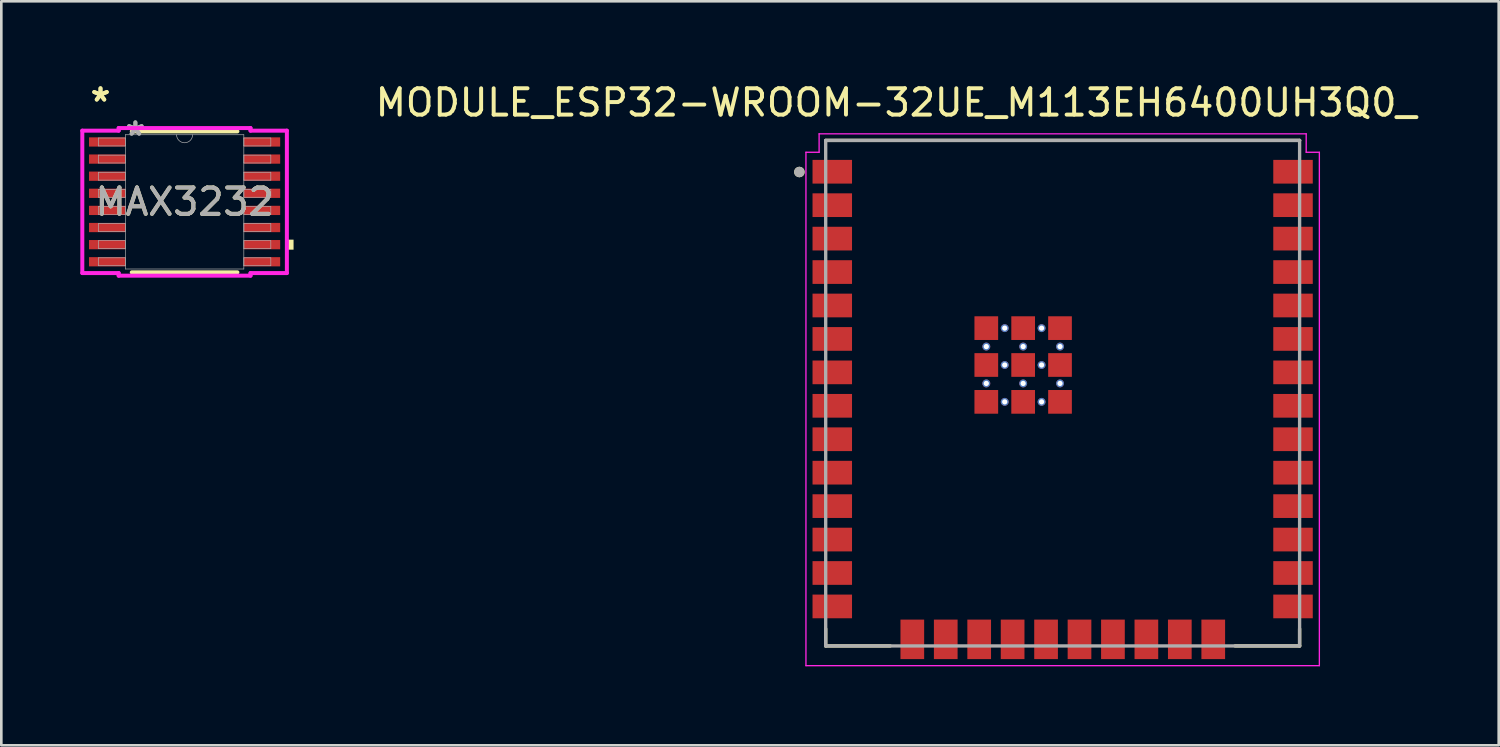
<source format=kicad_pcb>
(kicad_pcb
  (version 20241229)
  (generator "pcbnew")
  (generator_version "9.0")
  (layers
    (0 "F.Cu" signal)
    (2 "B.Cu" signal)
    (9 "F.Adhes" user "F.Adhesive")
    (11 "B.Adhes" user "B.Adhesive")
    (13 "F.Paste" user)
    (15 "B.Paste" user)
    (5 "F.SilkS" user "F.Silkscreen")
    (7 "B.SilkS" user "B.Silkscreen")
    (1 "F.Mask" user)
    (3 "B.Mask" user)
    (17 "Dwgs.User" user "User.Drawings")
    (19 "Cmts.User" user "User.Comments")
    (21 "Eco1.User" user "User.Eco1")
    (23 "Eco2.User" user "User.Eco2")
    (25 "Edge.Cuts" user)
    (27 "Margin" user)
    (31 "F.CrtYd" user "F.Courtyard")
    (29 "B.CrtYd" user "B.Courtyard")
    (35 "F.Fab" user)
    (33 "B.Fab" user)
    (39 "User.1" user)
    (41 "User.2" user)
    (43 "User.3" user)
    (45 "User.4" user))
  (footprint "MODULE_ESP32-WROOM-32UE_M113EH6400UH3Q0_"
    (layer "F.Cu")
    (at 37.311 11.883)
    (property "Reference" "MODULE_ESP32-WROOM-32UE_M113EH6400UH3Q0_" (at -6.325 -11.035 0) (layer "F.SilkS") (effects (font (size 1 1) (thickness 0.15))))
    (attr smd)
    (fp_line (start -9 -9.6) (end 9 -9.6) (stroke (width 0.127) (type solid)) (layer "F.SilkS"))
    (fp_line (start -9 8.95) (end -9 9.6) (stroke (width 0.127) (type solid)) (layer "F.SilkS"))
    (fp_line (start -9 9.6) (end -6.55 9.6) (stroke (width 0.127) (type solid)) (layer "F.SilkS"))
    (fp_line (start 6.55 9.6) (end 9 9.6) (stroke (width 0.127) (type solid)) (layer "F.SilkS"))
    (fp_line (start 9 9.6) (end 9 8.95) (stroke (width 0.127) (type solid)) (layer "F.SilkS"))
    (fp_circle (center -10 -8.4) (end -9.9 -8.4) (stroke (width 0.2) (type solid)) (fill no) (layer "F.SilkS"))
    (fp_line (start -9.75 -9.15) (end -9.25 -9.15) (stroke (width 0.05) (type solid)) (layer "F.CrtYd"))
    (fp_line (start -9.75 10.35) (end -9.75 -9.15) (stroke (width 0.05) (type solid)) (layer "F.CrtYd"))
    (fp_line (start -9.25 -9.85) (end 9.25 -9.85) (stroke (width 0.05) (type solid)) (layer "F.CrtYd"))
    (fp_line (start -9.25 -9.15) (end -9.25 -9.85) (stroke (width 0.05) (type solid)) (layer "F.CrtYd"))
    (fp_line (start 9.25 -9.85) (end 9.25 -9.15) (stroke (width 0.05) (type solid)) (layer "F.CrtYd"))
    (fp_line (start 9.25 -9.15) (end 9.75 -9.15) (stroke (width 0.05) (type solid)) (layer "F.CrtYd"))
    (fp_line (start 9.75 -9.15) (end 9.75 10.35) (stroke (width 0.05) (type solid)) (layer "F.CrtYd"))
    (fp_line (start 9.75 10.35) (end -9.75 10.35) (stroke (width 0.05) (type solid)) (layer "F.CrtYd"))
    (fp_line (start -9 -9.6) (end 9 -9.6) (stroke (width 0.127) (type solid)) (layer "F.Fab"))
    (fp_line (start -9 9.6) (end -9 -9.6) (stroke (width 0.127) (type solid)) (layer "F.Fab"))
    (fp_line (start 9 -9.6) (end 9 9.6) (stroke (width 0.127) (type solid)) (layer "F.Fab"))
    (fp_line (start 9 9.6) (end -9 9.6) (stroke (width 0.127) (type solid)) (layer "F.Fab"))
    (fp_circle (center -10 -8.4) (end -9.9 -8.4) (stroke (width 0.2) (type solid)) (fill no) (layer "F.Fab"))
    (pad "1" smd rect (at -8.75 -8.41) (size 1.5 0.9) (layers "F.Cu" "F.Mask" "F.Paste"))
    (pad "2" smd rect (at -8.75 -7.14) (size 1.5 0.9) (layers "F.Cu" "F.Mask" "F.Paste"))
    (pad "3" smd rect (at -8.75 -5.87) (size 1.5 0.9) (layers "F.Cu" "F.Mask" "F.Paste"))
    (pad "4" smd rect (at -8.75 -4.6) (size 1.5 0.9) (layers "F.Cu" "F.Mask" "F.Paste"))
    (pad "5" smd rect (at -8.75 -3.33) (size 1.5 0.9) (layers "F.Cu" "F.Mask" "F.Paste"))
    (pad "6" smd rect (at -8.75 -2.06) (size 1.5 0.9) (layers "F.Cu" "F.Mask" "F.Paste"))
    (pad "7" smd rect (at -8.75 -0.79) (size 1.5 0.9) (layers "F.Cu" "F.Mask" "F.Paste"))
    (pad "8" smd rect (at -8.75 0.48) (size 1.5 0.9) (layers "F.Cu" "F.Mask" "F.Paste"))
    (pad "9" smd rect (at -8.75 1.75) (size 1.5 0.9) (layers "F.Cu" "F.Mask" "F.Paste"))
    (pad "10" smd rect (at -8.75 3.02) (size 1.5 0.9) (layers "F.Cu" "F.Mask" "F.Paste"))
    (pad "11" smd rect (at -8.75 4.29) (size 1.5 0.9) (layers "F.Cu" "F.Mask" "F.Paste"))
    (pad "12" smd rect (at -8.75 5.56) (size 1.5 0.9) (layers "F.Cu" "F.Mask" "F.Paste"))
    (pad "13" smd rect (at -8.75 6.83) (size 1.5 0.9) (layers "F.Cu" "F.Mask" "F.Paste"))
    (pad "14" smd rect (at -8.75 8.1) (size 1.5 0.9) (layers "F.Cu" "F.Mask" "F.Paste"))
    (pad "15" smd rect (at -5.71 9.35) (size 0.9 1.5) (layers "F.Cu" "F.Mask" "F.Paste"))
    (pad "16" smd rect (at -4.44 9.35) (size 0.9 1.5) (layers "F.Cu" "F.Mask" "F.Paste"))
    (pad "17" smd rect (at -3.17 9.35) (size 0.9 1.5) (layers "F.Cu" "F.Mask" "F.Paste"))
    (pad "18" smd rect (at -1.9 9.35) (size 0.9 1.5) (layers "F.Cu" "F.Mask" "F.Paste"))
    (pad "19" smd rect (at -0.63 9.35) (size 0.9 1.5) (layers "F.Cu" "F.Mask" "F.Paste"))
    (pad "20" smd rect (at 0.64 9.35) (size 0.9 1.5) (layers "F.Cu" "F.Mask" "F.Paste"))
    (pad "21" smd rect (at 1.91 9.35) (size 0.9 1.5) (layers "F.Cu" "F.Mask" "F.Paste"))
    (pad "22" smd rect (at 3.18 9.35) (size 0.9 1.5) (layers "F.Cu" "F.Mask" "F.Paste"))
    (pad "23" smd rect (at 4.45 9.35) (size 0.9 1.5) (layers "F.Cu" "F.Mask" "F.Paste"))
    (pad "24" smd rect (at 5.72 9.35) (size 0.9 1.5) (layers "F.Cu" "F.Mask" "F.Paste"))
    (pad "25" smd rect (at 8.75 8.1) (size 1.5 0.9) (layers "F.Cu" "F.Mask" "F.Paste"))
    (pad "26" smd rect (at 8.75 6.83) (size 1.5 0.9) (layers "F.Cu" "F.Mask" "F.Paste"))
    (pad "27" smd rect (at 8.75 5.56) (size 1.5 0.9) (layers "F.Cu" "F.Mask" "F.Paste"))
    (pad "28" smd rect (at 8.75 4.29) (size 1.5 0.9) (layers "F.Cu" "F.Mask" "F.Paste"))
    (pad "29" smd rect (at 8.75 3.02) (size 1.5 0.9) (layers "F.Cu" "F.Mask" "F.Paste"))
    (pad "30" smd rect (at 8.75 1.75) (size 1.5 0.9) (layers "F.Cu" "F.Mask" "F.Paste"))
    (pad "31" smd rect (at 8.75 0.48) (size 1.5 0.9) (layers "F.Cu" "F.Mask" "F.Paste"))
    (pad "32" smd rect (at 8.75 -0.79) (size 1.5 0.9) (layers "F.Cu" "F.Mask" "F.Paste"))
    (pad "33" smd rect (at 8.75 -2.06) (size 1.5 0.9) (layers "F.Cu" "F.Mask" "F.Paste"))
    (pad "34" smd rect (at 8.75 -3.33) (size 1.5 0.9) (layers "F.Cu" "F.Mask" "F.Paste"))
    (pad "35" smd rect (at 8.75 -4.6) (size 1.5 0.9) (layers "F.Cu" "F.Mask" "F.Paste"))
    (pad "36" smd rect (at 8.75 -5.87) (size 1.5 0.9) (layers "F.Cu" "F.Mask" "F.Paste"))
    (pad "37" smd rect (at 8.75 -7.14) (size 1.5 0.9) (layers "F.Cu" "F.Mask" "F.Paste"))
    (pad "38" smd rect (at 8.75 -8.41) (size 1.5 0.9) (layers "F.Cu" "F.Mask" "F.Paste"))
    (pad "39_1" smd rect (at -2.9 -2.47) (size 0.9 0.9) (layers "F.Cu" "F.Mask" "F.Paste"))
    (pad "39_2" smd rect (at -1.5 -2.47) (size 0.9 0.9) (layers "F.Cu" "F.Mask" "F.Paste"))
    (pad "39_3" smd rect (at -0.1 -2.47) (size 0.9 0.9) (layers "F.Cu" "F.Mask" "F.Paste"))
    (pad "39_4" smd rect (at -2.9 -1.07) (size 0.9 0.9) (layers "F.Cu" "F.Mask" "F.Paste"))
    (pad "39_5" smd rect (at -1.5 -1.07) (size 0.9 0.9) (layers "F.Cu" "F.Mask" "F.Paste"))
    (pad "39_6" smd rect (at -0.1 -1.07) (size 0.9 0.9) (layers "F.Cu" "F.Mask" "F.Paste"))
    (pad "39_7" smd rect (at -2.9 0.33) (size 0.9 0.9) (layers "F.Cu" "F.Mask" "F.Paste"))
    (pad "39_8" smd rect (at -1.5 0.33) (size 0.9 0.9) (layers "F.Cu" "F.Mask" "F.Paste"))
    (pad "39_9" smd rect (at -0.1 0.33) (size 0.9 0.9) (layers "F.Cu" "F.Mask" "F.Paste"))
    (pad "39_10" thru_hole circle (at -2.2 -2.47) (size 0.3 0.3) (drill 0.2) (layers "*.Cu" "*.Mask"))
    (pad "39_11" thru_hole circle (at -0.8 -2.47) (size 0.3 0.3) (drill 0.2) (layers "*.Cu" "*.Mask"))
    (pad "39_12" thru_hole circle (at -2.9 -1.77) (size 0.3 0.3) (drill 0.2) (layers "*.Cu" "*.Mask"))
    (pad "39_13" thru_hole circle (at -1.5 -1.77) (size 0.3 0.3) (drill 0.2) (layers "*.Cu" "*.Mask"))
    (pad "39_14" thru_hole circle (at -0.1 -1.77) (size 0.3 0.3) (drill 0.2) (layers "*.Cu" "*.Mask"))
    (pad "39_15" thru_hole circle (at -2.2 -1.07) (size 0.3 0.3) (drill 0.2) (layers "*.Cu" "*.Mask"))
    (pad "39_16" thru_hole circle (at -0.8 -1.07) (size 0.3 0.3) (drill 0.2) (layers "*.Cu" "*.Mask"))
    (pad "39_17" thru_hole circle (at -2.9 -0.37) (size 0.3 0.3) (drill 0.2) (layers "*.Cu" "*.Mask"))
    (pad "39_18" thru_hole circle (at -1.5 -0.37) (size 0.3 0.3) (drill 0.2) (layers "*.Cu" "*.Mask"))
    (pad "39_19" thru_hole circle (at -0.1 -0.37) (size 0.3 0.3) (drill 0.2) (layers "*.Cu" "*.Mask"))
    (pad "39_20" thru_hole circle (at -2.2 0.33) (size 0.3 0.3) (drill 0.2) (layers "*.Cu" "*.Mask"))
    (pad "39_21" thru_hole circle (at -0.8 0.33) (size 0.3 0.3) (drill 0.2) (layers "*.Cu" "*.Mask")))
  (footprint "MAX3232"
    (layer "F.Cu")
    (at 3.961 4.617)
    (property "Reference" "MAX3232" (at 0 0 0) (unlocked yes) (layer "F.SilkS") (effects (font (size 1 1) (thickness 0.15))))
    (attr smd)
    (fp_line (start -2.006 2.677) (end 2.006 2.677) (stroke (width 0.152) (type solid)) (layer "F.SilkS"))
    (fp_line (start 2.006 -2.677) (end -2.006 -2.677) (stroke (width 0.152) (type solid)) (layer "F.SilkS"))
    (fp_poly (pts (xy 4.139 1.435) (xy 4.139 1.816) (xy 3.885 1.816) (xy 3.885 1.435)) (stroke (width 0) (type solid)) (fill yes) (layer "F.SilkS"))
    (fp_line (start -3.885 -2.704) (end -2.504 -2.704) (stroke (width 0.152) (type solid)) (layer "F.CrtYd"))
    (fp_line (start -3.885 2.704) (end -3.885 -2.704) (stroke (width 0.152) (type solid)) (layer "F.CrtYd"))
    (fp_line (start -3.885 2.704) (end -2.504 2.704) (stroke (width 0.152) (type solid)) (layer "F.CrtYd"))
    (fp_line (start -2.504 -2.804) (end 2.504 -2.804) (stroke (width 0.152) (type solid)) (layer "F.CrtYd"))
    (fp_line (start -2.504 -2.704) (end -2.504 -2.804) (stroke (width 0.152) (type solid)) (layer "F.CrtYd"))
    (fp_line (start -2.504 2.804) (end -2.504 2.704) (stroke (width 0.152) (type solid)) (layer "F.CrtYd"))
    (fp_line (start 2.504 -2.804) (end 2.504 -2.704) (stroke (width 0.152) (type solid)) (layer "F.CrtYd"))
    (fp_line (start 2.504 2.704) (end 2.504 2.804) (stroke (width 0.152) (type solid)) (layer "F.CrtYd"))
    (fp_line (start 2.504 2.804) (end -2.504 2.804) (stroke (width 0.152) (type solid)) (layer "F.CrtYd"))
    (fp_line (start 3.885 -2.704) (end 2.504 -2.704) (stroke (width 0.152) (type solid)) (layer "F.CrtYd"))
    (fp_line (start 3.885 -2.704) (end 3.885 2.704) (stroke (width 0.152) (type solid)) (layer "F.CrtYd"))
    (fp_line (start 3.885 2.704) (end 2.504 2.704) (stroke (width 0.152) (type solid)) (layer "F.CrtYd"))
    (fp_line (start -3.275 -2.425) (end -3.275 -2.125) (stroke (width 0.025) (type solid)) (layer "F.Fab"))
    (fp_line (start -3.275 -2.125) (end -2.25 -2.125) (stroke (width 0.025) (type solid)) (layer "F.Fab"))
    (fp_line (start -3.275 -1.775) (end -3.275 -1.475) (stroke (width 0.025) (type solid)) (layer "F.Fab"))
    (fp_line (start -3.275 -1.475) (end -2.25 -1.475) (stroke (width 0.025) (type solid)) (layer "F.Fab"))
    (fp_line (start -3.275 -1.125) (end -3.275 -0.825) (stroke (width 0.025) (type solid)) (layer "F.Fab"))
    (fp_line (start -3.275 -0.825) (end -2.25 -0.825) (stroke (width 0.025) (type solid)) (layer "F.Fab"))
    (fp_line (start -3.275 -0.475) (end -3.275 -0.175) (stroke (width 0.025) (type solid)) (layer "F.Fab"))
    (fp_line (start -3.275 -0.175) (end -2.25 -0.175) (stroke (width 0.025) (type solid)) (layer "F.Fab"))
    (fp_line (start -3.275 0.175) (end -3.275 0.475) (stroke (width 0.025) (type solid)) (layer "F.Fab"))
    (fp_line (start -3.275 0.475) (end -2.25 0.475) (stroke (width 0.025) (type solid)) (layer "F.Fab"))
    (fp_line (start -3.275 0.825) (end -3.275 1.125) (stroke (width 0.025) (type solid)) (layer "F.Fab"))
    (fp_line (start -3.275 1.125) (end -2.25 1.125) (stroke (width 0.025) (type solid)) (layer "F.Fab"))
    (fp_line (start -3.275 1.475) (end -3.275 1.775) (stroke (width 0.025) (type solid)) (layer "F.Fab"))
    (fp_line (start -3.275 1.775) (end -2.25 1.775) (stroke (width 0.025) (type solid)) (layer "F.Fab"))
    (fp_line (start -3.275 2.125) (end -3.275 2.425) (stroke (width 0.025) (type solid)) (layer "F.Fab"))
    (fp_line (start -3.275 2.425) (end -2.25 2.425) (stroke (width 0.025) (type solid)) (layer "F.Fab"))
    (fp_line (start -2.25 -2.55) (end -2.25 2.55) (stroke (width 0.025) (type solid)) (layer "F.Fab"))
    (fp_line (start -2.25 -2.425) (end -3.275 -2.425) (stroke (width 0.025) (type solid)) (layer "F.Fab"))
    (fp_line (start -2.25 -2.125) (end -2.25 -2.425) (stroke (width 0.025) (type solid)) (layer "F.Fab"))
    (fp_line (start -2.25 -1.775) (end -3.275 -1.775) (stroke (width 0.025) (type solid)) (layer "F.Fab"))
    (fp_line (start -2.25 -1.475) (end -2.25 -1.775) (stroke (width 0.025) (type solid)) (layer "F.Fab"))
    (fp_line (start -2.25 -1.125) (end -3.275 -1.125) (stroke (width 0.025) (type solid)) (layer "F.Fab"))
    (fp_line (start -2.25 -0.825) (end -2.25 -1.125) (stroke (width 0.025) (type solid)) (layer "F.Fab"))
    (fp_line (start -2.25 -0.475) (end -3.275 -0.475) (stroke (width 0.025) (type solid)) (layer "F.Fab"))
    (fp_line (start -2.25 -0.175) (end -2.25 -0.475) (stroke (width 0.025) (type solid)) (layer "F.Fab"))
    (fp_line (start -2.25 0.175) (end -3.275 0.175) (stroke (width 0.025) (type solid)) (layer "F.Fab"))
    (fp_line (start -2.25 0.475) (end -2.25 0.175) (stroke (width 0.025) (type solid)) (layer "F.Fab"))
    (fp_line (start -2.25 0.825) (end -3.275 0.825) (stroke (width 0.025) (type solid)) (layer "F.Fab"))
    (fp_line (start -2.25 1.125) (end -2.25 0.825) (stroke (width 0.025) (type solid)) (layer "F.Fab"))
    (fp_line (start -2.25 1.475) (end -3.275 1.475) (stroke (width 0.025) (type solid)) (layer "F.Fab"))
    (fp_line (start -2.25 1.775) (end -2.25 1.475) (stroke (width 0.025) (type solid)) (layer "F.Fab"))
    (fp_line (start -2.25 2.125) (end -3.275 2.125) (stroke (width 0.025) (type solid)) (layer "F.Fab"))
    (fp_line (start -2.25 2.425) (end -2.25 2.125) (stroke (width 0.025) (type solid)) (layer "F.Fab"))
    (fp_line (start -2.25 2.55) (end 2.25 2.55) (stroke (width 0.025) (type solid)) (layer "F.Fab"))
    (fp_line (start 2.25 -2.55) (end -2.25 -2.55) (stroke (width 0.025) (type solid)) (layer "F.Fab"))
    (fp_line (start 2.25 -2.425) (end 2.25 -2.125) (stroke (width 0.025) (type solid)) (layer "F.Fab"))
    (fp_line (start 2.25 -2.125) (end 3.275 -2.125) (stroke (width 0.025) (type solid)) (layer "F.Fab"))
    (fp_line (start 2.25 -1.775) (end 2.25 -1.475) (stroke (width 0.025) (type solid)) (layer "F.Fab"))
    (fp_line (start 2.25 -1.475) (end 3.275 -1.475) (stroke (width 0.025) (type solid)) (layer "F.Fab"))
    (fp_line (start 2.25 -1.125) (end 2.25 -0.825) (stroke (width 0.025) (type solid)) (layer "F.Fab"))
    (fp_line (start 2.25 -0.825) (end 3.275 -0.825) (stroke (width 0.025) (type solid)) (layer "F.Fab"))
    (fp_line (start 2.25 -0.475) (end 2.25 -0.175) (stroke (width 0.025) (type solid)) (layer "F.Fab"))
    (fp_line (start 2.25 -0.175) (end 3.275 -0.175) (stroke (width 0.025) (type solid)) (layer "F.Fab"))
    (fp_line (start 2.25 0.175) (end 2.25 0.475) (stroke (width 0.025) (type solid)) (layer "F.Fab"))
    (fp_line (start 2.25 0.475) (end 3.275 0.475) (stroke (width 0.025) (type solid)) (layer "F.Fab"))
    (fp_line (start 2.25 0.825) (end 2.25 1.125) (stroke (width 0.025) (type solid)) (layer "F.Fab"))
    (fp_line (start 2.25 1.125) (end 3.275 1.125) (stroke (width 0.025) (type solid)) (layer "F.Fab"))
    (fp_line (start 2.25 1.475) (end 2.25 1.775) (stroke (width 0.025) (type solid)) (layer "F.Fab"))
    (fp_line (start 2.25 1.775) (end 3.275 1.775) (stroke (width 0.025) (type solid)) (layer "F.Fab"))
    (fp_line (start 2.25 2.125) (end 2.25 2.425) (stroke (width 0.025) (type solid)) (layer "F.Fab"))
    (fp_line (start 2.25 2.425) (end 3.275 2.425) (stroke (width 0.025) (type solid)) (layer "F.Fab"))
    (fp_line (start 2.25 2.55) (end 2.25 -2.55) (stroke (width 0.025) (type solid)) (layer "F.Fab"))
    (fp_line (start 3.275 -2.425) (end 2.25 -2.425) (stroke (width 0.025) (type solid)) (layer "F.Fab"))
    (fp_line (start 3.275 -2.125) (end 3.275 -2.425) (stroke (width 0.025) (type solid)) (layer "F.Fab"))
    (fp_line (start 3.275 -1.775) (end 2.25 -1.775) (stroke (width 0.025) (type solid)) (layer "F.Fab"))
    (fp_line (start 3.275 -1.475) (end 3.275 -1.775) (stroke (width 0.025) (type solid)) (layer "F.Fab"))
    (fp_line (start 3.275 -1.125) (end 2.25 -1.125) (stroke (width 0.025) (type solid)) (layer "F.Fab"))
    (fp_line (start 3.275 -0.825) (end 3.275 -1.125) (stroke (width 0.025) (type solid)) (layer "F.Fab"))
    (fp_line (start 3.275 -0.475) (end 2.25 -0.475) (stroke (width 0.025) (type solid)) (layer "F.Fab"))
    (fp_line (start 3.275 -0.175) (end 3.275 -0.475) (stroke (width 0.025) (type solid)) (layer "F.Fab"))
    (fp_line (start 3.275 0.175) (end 2.25 0.175) (stroke (width 0.025) (type solid)) (layer "F.Fab"))
    (fp_line (start 3.275 0.475) (end 3.275 0.175) (stroke (width 0.025) (type solid)) (layer "F.Fab"))
    (fp_line (start 3.275 0.825) (end 2.25 0.825) (stroke (width 0.025) (type solid)) (layer "F.Fab"))
    (fp_line (start 3.275 1.125) (end 3.275 0.825) (stroke (width 0.025) (type solid)) (layer "F.Fab"))
    (fp_line (start 3.275 1.475) (end 2.25 1.475) (stroke (width 0.025) (type solid)) (layer "F.Fab"))
    (fp_line (start 3.275 1.775) (end 3.275 1.475) (stroke (width 0.025) (type solid)) (layer "F.Fab"))
    (fp_line (start 3.275 2.125) (end 2.25 2.125) (stroke (width 0.025) (type solid)) (layer "F.Fab"))
    (fp_line (start 3.275 2.425) (end 3.275 2.125) (stroke (width 0.025) (type solid)) (layer "F.Fab"))
    (fp_arc (start 0.3048 -2.55) (mid 0 -2.2452) (end -0.3048 -2.55) (stroke (width 0.0254) (type solid)) (layer "F.Fab"))
    (fp_text user "*" (at -3.194 -3.769 0) (unlocked yes) (layer "F.SilkS") (effects (font (size 1 1) (thickness 0.15))))
    (fp_text user "*" (at -3.194 -3.769 0) (layer "F.SilkS") (effects (font (size 1 1) (thickness 0.15))))
    (fp_text user "*" (at -1.869 -2.474 0) (layer "F.Fab") (effects (font (size 1 1) (thickness 0.15))))
    (fp_text user "${REFERENCE}" (at 0 0 0) (unlocked yes) (layer "F.Fab") (effects (font (size 1 1) (thickness 0.15))))
    (fp_text user "*" (at -1.869 -2.474 0) (unlocked yes) (layer "F.Fab") (effects (font (size 1 1) (thickness 0.15))))
    (pad "1" smd rect (at -2.94 -2.275) (size 1.381 0.351) (layers "F.Cu" "F.Mask" "F.Paste"))
    (pad "2" smd rect (at -2.94 -1.625) (size 1.381 0.351) (layers "F.Cu" "F.Mask" "F.Paste"))
    (pad "3" smd rect (at -2.94 -0.975) (size 1.381 0.351) (layers "F.Cu" "F.Mask" "F.Paste"))
    (pad "4" smd rect (at -2.94 -0.325) (size 1.381 0.351) (layers "F.Cu" "F.Mask" "F.Paste"))
    (pad "5" smd rect (at -2.94 0.325) (size 1.381 0.351) (layers "F.Cu" "F.Mask" "F.Paste"))
    (pad "6" smd rect (at -2.94 0.975) (size 1.381 0.351) (layers "F.Cu" "F.Mask" "F.Paste"))
    (pad "7" smd rect (at -2.94 1.625) (size 1.381 0.351) (layers "F.Cu" "F.Mask" "F.Paste"))
    (pad "8" smd rect (at -2.94 2.275) (size 1.381 0.351) (layers "F.Cu" "F.Mask" "F.Paste"))
    (pad "9" smd rect (at 2.94 2.275) (size 1.381 0.351) (layers "F.Cu" "F.Mask" "F.Paste"))
    (pad "10" smd rect (at 2.94 1.625) (size 1.381 0.351) (layers "F.Cu" "F.Mask" "F.Paste"))
    (pad "11" smd rect (at 2.94 0.975) (size 1.381 0.351) (layers "F.Cu" "F.Mask" "F.Paste"))
    (pad "12" smd rect (at 2.94 0.325) (size 1.381 0.351) (layers "F.Cu" "F.Mask" "F.Paste"))
    (pad "13" smd rect (at 2.94 -0.325) (size 1.381 0.351) (layers "F.Cu" "F.Mask" "F.Paste"))
    (pad "14" smd rect (at 2.94 -0.975) (size 1.381 0.351) (layers "F.Cu" "F.Mask" "F.Paste"))
    (pad "15" smd rect (at 2.94 -1.625) (size 1.381 0.351) (layers "F.Cu" "F.Mask" "F.Paste"))
    (pad "16" smd rect (at 2.94 -2.275) (size 1.381 0.351) (layers "F.Cu" "F.Mask" "F.Paste")))
  (gr_rect
    (start -3 -3)
    (end 53.873 25.258)
    (stroke (width 0.1) (type default))
    (fill no)
    (layer "Edge.Cuts")))
</source>
